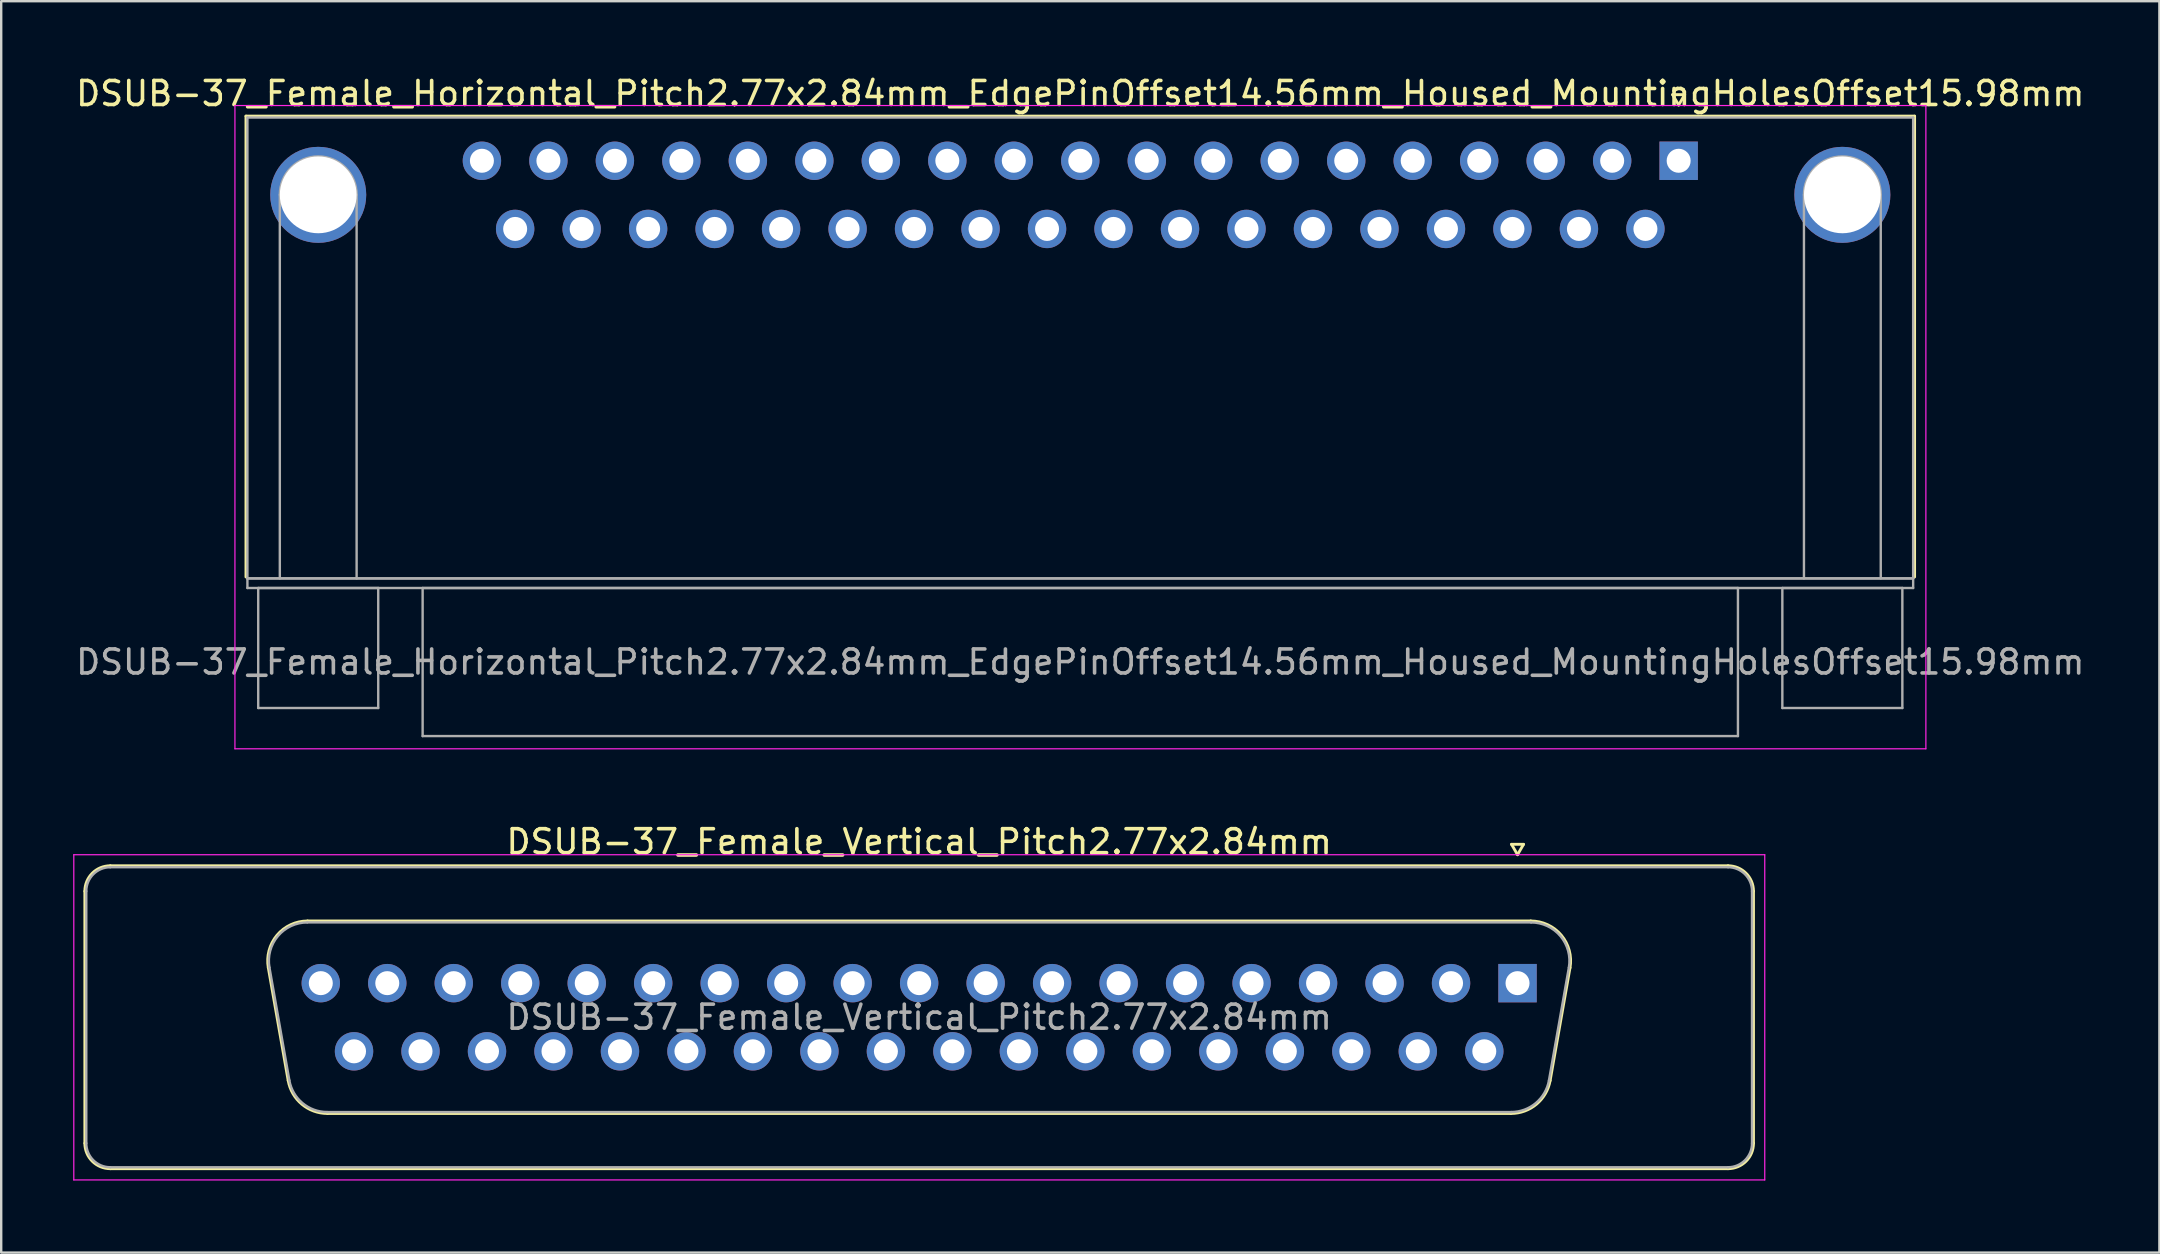
<source format=kicad_pcb>
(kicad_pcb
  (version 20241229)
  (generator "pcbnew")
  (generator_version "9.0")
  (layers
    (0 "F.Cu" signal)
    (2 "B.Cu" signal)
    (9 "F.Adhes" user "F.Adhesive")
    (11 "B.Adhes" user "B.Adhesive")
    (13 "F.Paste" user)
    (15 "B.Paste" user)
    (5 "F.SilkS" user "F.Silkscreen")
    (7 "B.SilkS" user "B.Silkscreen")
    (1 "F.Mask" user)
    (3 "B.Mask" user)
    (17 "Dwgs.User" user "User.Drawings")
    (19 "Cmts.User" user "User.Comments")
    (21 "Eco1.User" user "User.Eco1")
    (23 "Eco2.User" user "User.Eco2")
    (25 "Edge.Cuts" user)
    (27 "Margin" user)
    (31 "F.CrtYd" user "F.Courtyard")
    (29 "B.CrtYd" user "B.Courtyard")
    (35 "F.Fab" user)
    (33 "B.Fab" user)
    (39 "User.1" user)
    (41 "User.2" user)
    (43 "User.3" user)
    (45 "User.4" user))
  (footprint "DSUB-37_Female_Horizontal_Pitch2.77x2.84mm_EdgePinOffset14.56mm_Housed_MountingHolesOffset15.98mm"
    (layer "F.Cu")
    (at 66.888 3.648)
    (property "Reference" "DSUB-37_Female_Horizontal_Pitch2.77x2.84mm_EdgePinOffset14.56mm_Housed_MountingHolesOffset15.98mm" (at -24.93 -2.8 0) (layer "F.SilkS") (effects (font (size 1 1) (thickness 0.15))))
    (attr through_hole)
    (fp_line (start -59.69 -1.86) (end 9.83 -1.86) (stroke (width 0.12) (type solid)) (layer "F.SilkS"))
    (fp_line (start -59.69 17.34) (end -59.69 -1.86) (stroke (width 0.12) (type solid)) (layer "F.SilkS"))
    (fp_line (start -0.25 -2.754) (end 0.25 -2.754) (stroke (width 0.12) (type solid)) (layer "F.SilkS"))
    (fp_line (start 0 -2.321) (end -0.25 -2.754) (stroke (width 0.12) (type solid)) (layer "F.SilkS"))
    (fp_line (start 0.25 -2.754) (end 0 -2.321) (stroke (width 0.12) (type solid)) (layer "F.SilkS"))
    (fp_line (start 9.83 -1.86) (end 9.83 17.34) (stroke (width 0.12) (type solid)) (layer "F.SilkS"))
    (fp_line (start -60.15 -2.3) (end -60.15 24.5) (stroke (width 0.05) (type solid)) (layer "F.CrtYd"))
    (fp_line (start -60.15 24.5) (end 10.3 24.5) (stroke (width 0.05) (type solid)) (layer "F.CrtYd"))
    (fp_line (start 10.3 -2.3) (end -60.15 -2.3) (stroke (width 0.05) (type solid)) (layer "F.CrtYd"))
    (fp_line (start 10.3 24.5) (end 10.3 -2.3) (stroke (width 0.05) (type solid)) (layer "F.CrtYd"))
    (fp_line (start -59.63 -1.8) (end -59.63 17.4) (stroke (width 0.1) (type solid)) (layer "F.Fab"))
    (fp_line (start -59.63 17.4) (end -59.63 17.8) (stroke (width 0.1) (type solid)) (layer "F.Fab"))
    (fp_line (start -59.63 17.4) (end 9.77 17.4) (stroke (width 0.1) (type solid)) (layer "F.Fab"))
    (fp_line (start -59.63 17.8) (end 9.77 17.8) (stroke (width 0.1) (type solid)) (layer "F.Fab"))
    (fp_line (start -59.18 17.8) (end -59.18 22.8) (stroke (width 0.1) (type solid)) (layer "F.Fab"))
    (fp_line (start -59.18 22.8) (end -54.18 22.8) (stroke (width 0.1) (type solid)) (layer "F.Fab"))
    (fp_line (start -58.28 17.4) (end -58.28 1.42) (stroke (width 0.1) (type solid)) (layer "F.Fab"))
    (fp_line (start -55.08 17.4) (end -55.08 1.42) (stroke (width 0.1) (type solid)) (layer "F.Fab"))
    (fp_line (start -54.18 17.8) (end -59.18 17.8) (stroke (width 0.1) (type solid)) (layer "F.Fab"))
    (fp_line (start -54.18 22.8) (end -54.18 17.8) (stroke (width 0.1) (type solid)) (layer "F.Fab"))
    (fp_line (start -52.33 17.8) (end -52.33 23.97) (stroke (width 0.1) (type solid)) (layer "F.Fab"))
    (fp_line (start -52.33 23.97) (end 2.47 23.97) (stroke (width 0.1) (type solid)) (layer "F.Fab"))
    (fp_line (start 2.47 17.8) (end -52.33 17.8) (stroke (width 0.1) (type solid)) (layer "F.Fab"))
    (fp_line (start 2.47 23.97) (end 2.47 17.8) (stroke (width 0.1) (type solid)) (layer "F.Fab"))
    (fp_line (start 4.32 17.8) (end 4.32 22.8) (stroke (width 0.1) (type solid)) (layer "F.Fab"))
    (fp_line (start 4.32 22.8) (end 9.32 22.8) (stroke (width 0.1) (type solid)) (layer "F.Fab"))
    (fp_line (start 5.22 17.4) (end 5.22 1.42) (stroke (width 0.1) (type solid)) (layer "F.Fab"))
    (fp_line (start 8.42 17.4) (end 8.42 1.42) (stroke (width 0.1) (type solid)) (layer "F.Fab"))
    (fp_line (start 9.32 17.8) (end 4.32 17.8) (stroke (width 0.1) (type solid)) (layer "F.Fab"))
    (fp_line (start 9.32 22.8) (end 9.32 17.8) (stroke (width 0.1) (type solid)) (layer "F.Fab"))
    (fp_line (start 9.77 -1.8) (end -59.63 -1.8) (stroke (width 0.1) (type solid)) (layer "F.Fab"))
    (fp_line (start 9.77 17.4) (end -59.63 17.4) (stroke (width 0.1) (type solid)) (layer "F.Fab"))
    (fp_line (start 9.77 17.4) (end 9.77 -1.8) (stroke (width 0.1) (type solid)) (layer "F.Fab"))
    (fp_line (start 9.77 17.8) (end 9.77 17.4) (stroke (width 0.1) (type solid)) (layer "F.Fab"))
    (fp_arc (start -58.28 1.42) (mid -56.68 -0.18) (end -55.08 1.42) (stroke (width 0.1) (type solid)) (layer "F.Fab"))
    (fp_arc (start 5.22 1.42) (mid 6.82 -0.18) (end 8.42 1.42) (stroke (width 0.1) (type solid)) (layer "F.Fab"))
    (fp_text user "${REFERENCE}" (at -24.93 20.885 0) (layer "F.Fab") (effects (font (size 1 1) (thickness 0.15))))
    (pad "0" thru_hole circle (at -56.68 1.42) (size 4 4) (drill 3.2) (layers "*.Cu" "*.Mask"))
    (pad "0" thru_hole circle (at 6.82 1.42) (size 4 4) (drill 3.2) (layers "*.Cu" "*.Mask"))
    (pad "1" thru_hole rect (at 0 0) (size 1.6 1.6) (drill 1) (layers "*.Cu" "*.Mask"))
    (pad "2" thru_hole circle (at -2.77 0) (size 1.6 1.6) (drill 1) (layers "*.Cu" "*.Mask"))
    (pad "3" thru_hole circle (at -5.54 0) (size 1.6 1.6) (drill 1) (layers "*.Cu" "*.Mask"))
    (pad "4" thru_hole circle (at -8.31 0) (size 1.6 1.6) (drill 1) (layers "*.Cu" "*.Mask"))
    (pad "5" thru_hole circle (at -11.08 0) (size 1.6 1.6) (drill 1) (layers "*.Cu" "*.Mask"))
    (pad "6" thru_hole circle (at -13.85 0) (size 1.6 1.6) (drill 1) (layers "*.Cu" "*.Mask"))
    (pad "7" thru_hole circle (at -16.62 0) (size 1.6 1.6) (drill 1) (layers "*.Cu" "*.Mask"))
    (pad "8" thru_hole circle (at -19.39 0) (size 1.6 1.6) (drill 1) (layers "*.Cu" "*.Mask"))
    (pad "9" thru_hole circle (at -22.16 0) (size 1.6 1.6) (drill 1) (layers "*.Cu" "*.Mask"))
    (pad "10" thru_hole circle (at -24.93 0) (size 1.6 1.6) (drill 1) (layers "*.Cu" "*.Mask"))
    (pad "11" thru_hole circle (at -27.7 0) (size 1.6 1.6) (drill 1) (layers "*.Cu" "*.Mask"))
    (pad "12" thru_hole circle (at -30.47 0) (size 1.6 1.6) (drill 1) (layers "*.Cu" "*.Mask"))
    (pad "13" thru_hole circle (at -33.24 0) (size 1.6 1.6) (drill 1) (layers "*.Cu" "*.Mask"))
    (pad "14" thru_hole circle (at -36.01 0) (size 1.6 1.6) (drill 1) (layers "*.Cu" "*.Mask"))
    (pad "15" thru_hole circle (at -38.78 0) (size 1.6 1.6) (drill 1) (layers "*.Cu" "*.Mask"))
    (pad "16" thru_hole circle (at -41.55 0) (size 1.6 1.6) (drill 1) (layers "*.Cu" "*.Mask"))
    (pad "17" thru_hole circle (at -44.32 0) (size 1.6 1.6) (drill 1) (layers "*.Cu" "*.Mask"))
    (pad "18" thru_hole circle (at -47.09 0) (size 1.6 1.6) (drill 1) (layers "*.Cu" "*.Mask"))
    (pad "19" thru_hole circle (at -49.86 0) (size 1.6 1.6) (drill 1) (layers "*.Cu" "*.Mask"))
    (pad "20" thru_hole circle (at -1.385 2.84) (size 1.6 1.6) (drill 1) (layers "*.Cu" "*.Mask"))
    (pad "21" thru_hole circle (at -4.155 2.84) (size 1.6 1.6) (drill 1) (layers "*.Cu" "*.Mask"))
    (pad "22" thru_hole circle (at -6.925 2.84) (size 1.6 1.6) (drill 1) (layers "*.Cu" "*.Mask"))
    (pad "23" thru_hole circle (at -9.695 2.84) (size 1.6 1.6) (drill 1) (layers "*.Cu" "*.Mask"))
    (pad "24" thru_hole circle (at -12.465 2.84) (size 1.6 1.6) (drill 1) (layers "*.Cu" "*.Mask"))
    (pad "25" thru_hole circle (at -15.235 2.84) (size 1.6 1.6) (drill 1) (layers "*.Cu" "*.Mask"))
    (pad "26" thru_hole circle (at -18.005 2.84) (size 1.6 1.6) (drill 1) (layers "*.Cu" "*.Mask"))
    (pad "27" thru_hole circle (at -20.775 2.84) (size 1.6 1.6) (drill 1) (layers "*.Cu" "*.Mask"))
    (pad "28" thru_hole circle (at -23.545 2.84) (size 1.6 1.6) (drill 1) (layers "*.Cu" "*.Mask"))
    (pad "29" thru_hole circle (at -26.315 2.84) (size 1.6 1.6) (drill 1) (layers "*.Cu" "*.Mask"))
    (pad "30" thru_hole circle (at -29.085 2.84) (size 1.6 1.6) (drill 1) (layers "*.Cu" "*.Mask"))
    (pad "31" thru_hole circle (at -31.855 2.84) (size 1.6 1.6) (drill 1) (layers "*.Cu" "*.Mask"))
    (pad "32" thru_hole circle (at -34.625 2.84) (size 1.6 1.6) (drill 1) (layers "*.Cu" "*.Mask"))
    (pad "33" thru_hole circle (at -37.395 2.84) (size 1.6 1.6) (drill 1) (layers "*.Cu" "*.Mask"))
    (pad "34" thru_hole circle (at -40.165 2.84) (size 1.6 1.6) (drill 1) (layers "*.Cu" "*.Mask"))
    (pad "35" thru_hole circle (at -42.935 2.84) (size 1.6 1.6) (drill 1) (layers "*.Cu" "*.Mask"))
    (pad "36" thru_hole circle (at -45.705 2.84) (size 1.6 1.6) (drill 1) (layers "*.Cu" "*.Mask"))
    (pad "37" thru_hole circle (at -48.475 2.84) (size 1.6 1.6) (drill 1) (layers "*.Cu" "*.Mask")))
  (footprint "DSUB-37_Female_Vertical_Pitch2.77x2.84mm"
    (layer "F.Cu")
    (at 60.175 37.911)
    (property "Reference" "DSUB-37_Female_Vertical_Pitch2.77x2.84mm" (at -24.93 -5.89 0) (layer "F.SilkS") (effects (font (size 1 1) (thickness 0.15))))
    (attr through_hole)
    (fp_line (start -59.69 6.67) (end -59.69 -3.83) (stroke (width 0.12) (type solid)) (layer "F.SilkS"))
    (fp_line (start -58.63 -4.89) (end 8.77 -4.89) (stroke (width 0.12) (type solid)) (layer "F.SilkS"))
    (fp_line (start -52.046 -0.642) (end -51.218 4.058) (stroke (width 0.12) (type solid)) (layer "F.SilkS"))
    (fp_line (start -50.412 -2.59) (end 0.552 -2.59) (stroke (width 0.12) (type solid)) (layer "F.SilkS"))
    (fp_line (start -49.583 5.43) (end -0.277 5.43) (stroke (width 0.12) (type solid)) (layer "F.SilkS"))
    (fp_line (start -0.25 -5.784) (end 0.25 -5.784) (stroke (width 0.12) (type solid)) (layer "F.SilkS"))
    (fp_line (start 0 -5.351) (end -0.25 -5.784) (stroke (width 0.12) (type solid)) (layer "F.SilkS"))
    (fp_line (start 0.25 -5.784) (end 0 -5.351) (stroke (width 0.12) (type solid)) (layer "F.SilkS"))
    (fp_line (start 2.186 -0.642) (end 1.358 4.058) (stroke (width 0.12) (type solid)) (layer "F.SilkS"))
    (fp_line (start 8.77 7.73) (end -58.63 7.73) (stroke (width 0.12) (type solid)) (layer "F.SilkS"))
    (fp_line (start 9.83 -3.83) (end 9.83 6.67) (stroke (width 0.12) (type solid)) (layer "F.SilkS"))
    (fp_arc (start -59.69 -3.83) (mid -59.379533 -4.579533) (end -58.63 -4.89) (stroke (width 0.12) (type solid)) (layer "F.SilkS"))
    (fp_arc (start -58.63 7.73) (mid -59.379533 7.419533) (end -59.69 6.67) (stroke (width 0.12) (type solid)) (layer "F.SilkS"))
    (fp_arc (start -52.04647 -0.641744) (mid -51.683323 -1.997028) (end -50.411689 -2.59) (stroke (width 0.12) (type solid)) (layer "F.SilkS"))
    (fp_arc (start -49.582952 5.43) (mid -50.649979 5.041634) (end -51.217733 4.058256) (stroke (width 0.12) (type solid)) (layer "F.SilkS"))
    (fp_arc (start 0.551689 -2.59) (mid 1.823323 -1.997027) (end 2.18647 -0.641744) (stroke (width 0.12) (type solid)) (layer "F.SilkS"))
    (fp_arc (start 1.357733 4.058256) (mid 0.78998 5.041634) (end -0.277048 5.43) (stroke (width 0.12) (type solid)) (layer "F.SilkS"))
    (fp_arc (start 8.77 -4.89) (mid 9.519533 -4.579533) (end 9.83 -3.83) (stroke (width 0.12) (type solid)) (layer "F.SilkS"))
    (fp_arc (start 9.83 6.67) (mid 9.519533 7.419533) (end 8.77 7.73) (stroke (width 0.12) (type solid)) (layer "F.SilkS"))
    (fp_line (start -60.15 -5.35) (end -60.15 8.2) (stroke (width 0.05) (type solid)) (layer "F.CrtYd"))
    (fp_line (start -60.15 8.2) (end 10.3 8.2) (stroke (width 0.05) (type solid)) (layer "F.CrtYd"))
    (fp_line (start 10.3 -5.35) (end -60.15 -5.35) (stroke (width 0.05) (type solid)) (layer "F.CrtYd"))
    (fp_line (start 10.3 8.2) (end 10.3 -5.35) (stroke (width 0.05) (type solid)) (layer "F.CrtYd"))
    (fp_line (start -59.63 6.67) (end -59.63 -3.83) (stroke (width 0.1) (type solid)) (layer "F.Fab"))
    (fp_line (start -58.63 -4.83) (end 8.77 -4.83) (stroke (width 0.1) (type solid)) (layer "F.Fab"))
    (fp_line (start -51.999 -0.652) (end -51.17 4.048) (stroke (width 0.1) (type solid)) (layer "F.Fab"))
    (fp_line (start -50.423 -2.53) (end 0.563 -2.53) (stroke (width 0.1) (type solid)) (layer "F.Fab"))
    (fp_line (start -49.594 5.37) (end -0.266 5.37) (stroke (width 0.1) (type solid)) (layer "F.Fab"))
    (fp_line (start 2.139 -0.652) (end 1.31 4.048) (stroke (width 0.1) (type solid)) (layer "F.Fab"))
    (fp_line (start 8.77 7.67) (end -58.63 7.67) (stroke (width 0.1) (type solid)) (layer "F.Fab"))
    (fp_line (start 9.77 -3.83) (end 9.77 6.67) (stroke (width 0.1) (type solid)) (layer "F.Fab"))
    (fp_arc (start -59.63 -3.83) (mid -59.337107 -4.537107) (end -58.63 -4.83) (stroke (width 0.1) (type solid)) (layer "F.Fab"))
    (fp_arc (start -58.63 7.67) (mid -59.337107 7.377107) (end -59.63 6.67) (stroke (width 0.1) (type solid)) (layer "F.Fab"))
    (fp_arc (start -51.998886 -0.652163) (mid -51.648865 -1.95846) (end -50.423194 -2.53) (stroke (width 0.1) (type solid)) (layer "F.Fab"))
    (fp_arc (start -49.594457 5.37) (mid -50.622917 4.995671) (end -51.170149 4.047837) (stroke (width 0.1) (type solid)) (layer "F.Fab"))
    (fp_arc (start 0.563194 -2.53) (mid 1.788865 -1.95846) (end 2.138886 -0.652163) (stroke (width 0.1) (type solid)) (layer "F.Fab"))
    (fp_arc (start 1.310149 4.047837) (mid 0.762917 4.995671) (end -0.265543 5.37) (stroke (width 0.1) (type solid)) (layer "F.Fab"))
    (fp_arc (start 8.77 -4.83) (mid 9.477107 -4.537107) (end 9.77 -3.83) (stroke (width 0.1) (type solid)) (layer "F.Fab"))
    (fp_arc (start 9.77 6.67) (mid 9.477107 7.377107) (end 8.77 7.67) (stroke (width 0.1) (type solid)) (layer "F.Fab"))
    (fp_text user "${REFERENCE}" (at -24.93 1.42 0) (layer "F.Fab") (effects (font (size 1 1) (thickness 0.15))))
    (pad "1" thru_hole rect (at 0 0) (size 1.6 1.6) (drill 1) (layers "*.Cu" "*.Mask"))
    (pad "2" thru_hole circle (at -2.77 0) (size 1.6 1.6) (drill 1) (layers "*.Cu" "*.Mask"))
    (pad "3" thru_hole circle (at -5.54 0) (size 1.6 1.6) (drill 1) (layers "*.Cu" "*.Mask"))
    (pad "4" thru_hole circle (at -8.31 0) (size 1.6 1.6) (drill 1) (layers "*.Cu" "*.Mask"))
    (pad "5" thru_hole circle (at -11.08 0) (size 1.6 1.6) (drill 1) (layers "*.Cu" "*.Mask"))
    (pad "6" thru_hole circle (at -13.85 0) (size 1.6 1.6) (drill 1) (layers "*.Cu" "*.Mask"))
    (pad "7" thru_hole circle (at -16.62 0) (size 1.6 1.6) (drill 1) (layers "*.Cu" "*.Mask"))
    (pad "8" thru_hole circle (at -19.39 0) (size 1.6 1.6) (drill 1) (layers "*.Cu" "*.Mask"))
    (pad "9" thru_hole circle (at -22.16 0) (size 1.6 1.6) (drill 1) (layers "*.Cu" "*.Mask"))
    (pad "10" thru_hole circle (at -24.93 0) (size 1.6 1.6) (drill 1) (layers "*.Cu" "*.Mask"))
    (pad "11" thru_hole circle (at -27.7 0) (size 1.6 1.6) (drill 1) (layers "*.Cu" "*.Mask"))
    (pad "12" thru_hole circle (at -30.47 0) (size 1.6 1.6) (drill 1) (layers "*.Cu" "*.Mask"))
    (pad "13" thru_hole circle (at -33.24 0) (size 1.6 1.6) (drill 1) (layers "*.Cu" "*.Mask"))
    (pad "14" thru_hole circle (at -36.01 0) (size 1.6 1.6) (drill 1) (layers "*.Cu" "*.Mask"))
    (pad "15" thru_hole circle (at -38.78 0) (size 1.6 1.6) (drill 1) (layers "*.Cu" "*.Mask"))
    (pad "16" thru_hole circle (at -41.55 0) (size 1.6 1.6) (drill 1) (layers "*.Cu" "*.Mask"))
    (pad "17" thru_hole circle (at -44.32 0) (size 1.6 1.6) (drill 1) (layers "*.Cu" "*.Mask"))
    (pad "18" thru_hole circle (at -47.09 0) (size 1.6 1.6) (drill 1) (layers "*.Cu" "*.Mask"))
    (pad "19" thru_hole circle (at -49.86 0) (size 1.6 1.6) (drill 1) (layers "*.Cu" "*.Mask"))
    (pad "20" thru_hole circle (at -1.385 2.84) (size 1.6 1.6) (drill 1) (layers "*.Cu" "*.Mask"))
    (pad "21" thru_hole circle (at -4.155 2.84) (size 1.6 1.6) (drill 1) (layers "*.Cu" "*.Mask"))
    (pad "22" thru_hole circle (at -6.925 2.84) (size 1.6 1.6) (drill 1) (layers "*.Cu" "*.Mask"))
    (pad "23" thru_hole circle (at -9.695 2.84) (size 1.6 1.6) (drill 1) (layers "*.Cu" "*.Mask"))
    (pad "24" thru_hole circle (at -12.465 2.84) (size 1.6 1.6) (drill 1) (layers "*.Cu" "*.Mask"))
    (pad "25" thru_hole circle (at -15.235 2.84) (size 1.6 1.6) (drill 1) (layers "*.Cu" "*.Mask"))
    (pad "26" thru_hole circle (at -18.005 2.84) (size 1.6 1.6) (drill 1) (layers "*.Cu" "*.Mask"))
    (pad "27" thru_hole circle (at -20.775 2.84) (size 1.6 1.6) (drill 1) (layers "*.Cu" "*.Mask"))
    (pad "28" thru_hole circle (at -23.545 2.84) (size 1.6 1.6) (drill 1) (layers "*.Cu" "*.Mask"))
    (pad "29" thru_hole circle (at -26.315 2.84) (size 1.6 1.6) (drill 1) (layers "*.Cu" "*.Mask"))
    (pad "30" thru_hole circle (at -29.085 2.84) (size 1.6 1.6) (drill 1) (layers "*.Cu" "*.Mask"))
    (pad "31" thru_hole circle (at -31.855 2.84) (size 1.6 1.6) (drill 1) (layers "*.Cu" "*.Mask"))
    (pad "32" thru_hole circle (at -34.625 2.84) (size 1.6 1.6) (drill 1) (layers "*.Cu" "*.Mask"))
    (pad "33" thru_hole circle (at -37.395 2.84) (size 1.6 1.6) (drill 1) (layers "*.Cu" "*.Mask"))
    (pad "34" thru_hole circle (at -40.165 2.84) (size 1.6 1.6) (drill 1) (layers "*.Cu" "*.Mask"))
    (pad "35" thru_hole circle (at -42.935 2.84) (size 1.6 1.6) (drill 1) (layers "*.Cu" "*.Mask"))
    (pad "36" thru_hole circle (at -45.705 2.84) (size 1.6 1.6) (drill 1) (layers "*.Cu" "*.Mask"))
    (pad "37" thru_hole circle (at -48.475 2.84) (size 1.6 1.6) (drill 1) (layers "*.Cu" "*.Mask")))
  (gr_rect
    (start -3 -3)
    (end 86.917 49.136)
    (stroke (width 0.1) (type default))
    (fill no)
    (layer "Edge.Cuts")))
</source>
